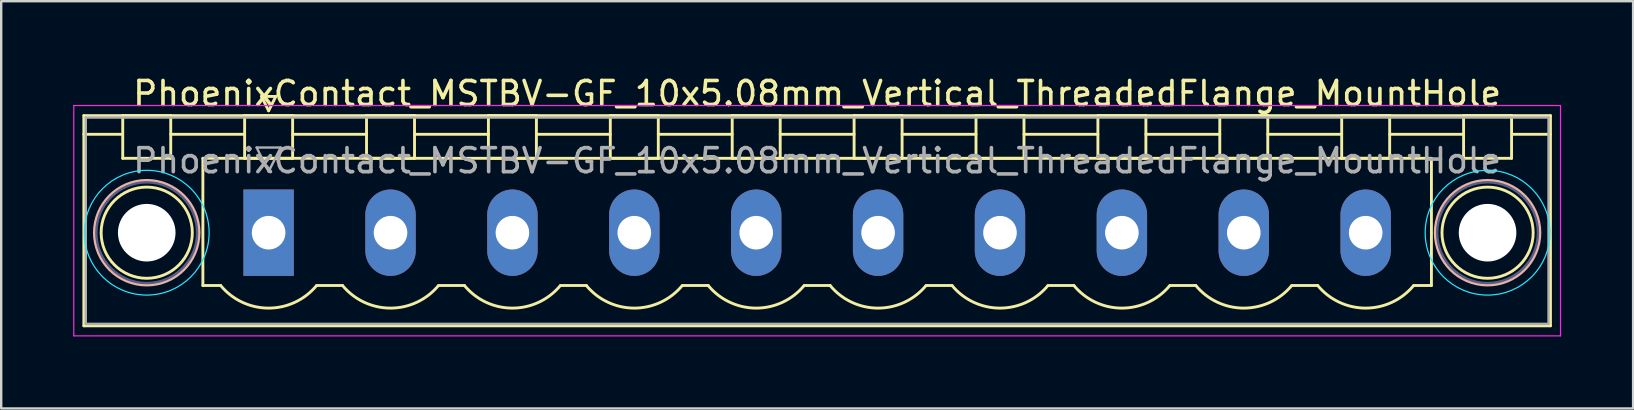
<source format=kicad_pcb>
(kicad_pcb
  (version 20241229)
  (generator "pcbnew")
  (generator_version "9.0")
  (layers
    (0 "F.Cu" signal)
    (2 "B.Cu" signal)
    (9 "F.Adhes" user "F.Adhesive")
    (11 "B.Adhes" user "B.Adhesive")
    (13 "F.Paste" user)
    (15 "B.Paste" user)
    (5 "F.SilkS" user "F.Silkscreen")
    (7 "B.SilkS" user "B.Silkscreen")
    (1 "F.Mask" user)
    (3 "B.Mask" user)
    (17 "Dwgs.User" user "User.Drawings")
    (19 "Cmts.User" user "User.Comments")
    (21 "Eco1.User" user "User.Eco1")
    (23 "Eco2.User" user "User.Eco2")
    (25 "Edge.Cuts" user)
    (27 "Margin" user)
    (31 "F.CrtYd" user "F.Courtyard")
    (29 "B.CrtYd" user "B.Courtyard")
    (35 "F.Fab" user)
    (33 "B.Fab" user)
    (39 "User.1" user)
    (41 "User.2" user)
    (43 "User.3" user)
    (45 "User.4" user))
  (footprint "PhoenixContact_MSTBV-GF_10x5.08mm_Vertical_ThreadedFlange_MountHole"
    (layer "F.Cu")
    (at 8.145 6.648)
    (property "Reference" "PhoenixContact_MSTBV-GF_10x5.08mm_Vertical_ThreadedFlange_MountHole" (at 22.86 -5.8 0) (layer "F.SilkS") (effects (font (size 1 1) (thickness 0.15))))
    (attr through_hole)
    (fp_line (start -7.7 -4.88) (end -7.7 3.88) (stroke (width 0.12) (type solid)) (layer "F.SilkS"))
    (fp_line (start -7.7 -4.1) (end -6.16 -4.1) (stroke (width 0.12) (type solid)) (layer "F.SilkS"))
    (fp_line (start -7.7 3.88) (end 53.42 3.88) (stroke (width 0.12) (type solid)) (layer "F.SilkS"))
    (fp_line (start -6.08 -4.88) (end -4.08 -4.88) (stroke (width 0.12) (type solid)) (layer "F.SilkS"))
    (fp_line (start -6.08 -3.1) (end -6.08 -4.88) (stroke (width 0.12) (type solid)) (layer "F.SilkS"))
    (fp_line (start -4.08 -4.88) (end -4.08 -3.1) (stroke (width 0.12) (type solid)) (layer "F.SilkS"))
    (fp_line (start -4.08 -4.1) (end -1 -4.1) (stroke (width 0.12) (type solid)) (layer "F.SilkS"))
    (fp_line (start -4.08 -3.1) (end -6.08 -3.1) (stroke (width 0.12) (type solid)) (layer "F.SilkS"))
    (fp_line (start -2.74 -3.1) (end 48.46 -3.1) (stroke (width 0.12) (type solid)) (layer "F.SilkS"))
    (fp_line (start -2.74 2.2) (end -2.74 -3.1) (stroke (width 0.12) (type solid)) (layer "F.SilkS"))
    (fp_line (start -2 2.2) (end -2.74 2.2) (stroke (width 0.12) (type solid)) (layer "F.SilkS"))
    (fp_line (start -1 -4.88) (end 1 -4.88) (stroke (width 0.12) (type solid)) (layer "F.SilkS"))
    (fp_line (start -1 -3.1) (end -1 -4.88) (stroke (width 0.12) (type solid)) (layer "F.SilkS"))
    (fp_line (start -0.3 -5.68) (end 0.3 -5.68) (stroke (width 0.12) (type solid)) (layer "F.SilkS"))
    (fp_line (start 0 -5.08) (end -0.3 -5.68) (stroke (width 0.12) (type solid)) (layer "F.SilkS"))
    (fp_line (start 0.3 -5.68) (end 0 -5.08) (stroke (width 0.12) (type solid)) (layer "F.SilkS"))
    (fp_line (start 1 -4.88) (end 1 -3.1) (stroke (width 0.12) (type solid)) (layer "F.SilkS"))
    (fp_line (start 1 -4.1) (end 4.08 -4.1) (stroke (width 0.12) (type solid)) (layer "F.SilkS"))
    (fp_line (start 1 -3.1) (end -1 -3.1) (stroke (width 0.12) (type solid)) (layer "F.SilkS"))
    (fp_line (start 2 2.2) (end 3.08 2.2) (stroke (width 0.12) (type solid)) (layer "F.SilkS"))
    (fp_line (start 4.08 -4.88) (end 6.08 -4.88) (stroke (width 0.12) (type solid)) (layer "F.SilkS"))
    (fp_line (start 4.08 -3.1) (end 4.08 -4.88) (stroke (width 0.12) (type solid)) (layer "F.SilkS"))
    (fp_line (start 6.08 -4.88) (end 6.08 -3.1) (stroke (width 0.12) (type solid)) (layer "F.SilkS"))
    (fp_line (start 6.08 -4.1) (end 9.16 -4.1) (stroke (width 0.12) (type solid)) (layer "F.SilkS"))
    (fp_line (start 6.08 -3.1) (end 4.08 -3.1) (stroke (width 0.12) (type solid)) (layer "F.SilkS"))
    (fp_line (start 7.08 2.2) (end 8.16 2.2) (stroke (width 0.12) (type solid)) (layer "F.SilkS"))
    (fp_line (start 9.16 -4.88) (end 11.16 -4.88) (stroke (width 0.12) (type solid)) (layer "F.SilkS"))
    (fp_line (start 9.16 -3.1) (end 9.16 -4.88) (stroke (width 0.12) (type solid)) (layer "F.SilkS"))
    (fp_line (start 11.16 -4.88) (end 11.16 -3.1) (stroke (width 0.12) (type solid)) (layer "F.SilkS"))
    (fp_line (start 11.16 -4.1) (end 14.24 -4.1) (stroke (width 0.12) (type solid)) (layer "F.SilkS"))
    (fp_line (start 11.16 -3.1) (end 9.16 -3.1) (stroke (width 0.12) (type solid)) (layer "F.SilkS"))
    (fp_line (start 12.16 2.2) (end 13.24 2.2) (stroke (width 0.12) (type solid)) (layer "F.SilkS"))
    (fp_line (start 14.24 -4.88) (end 16.24 -4.88) (stroke (width 0.12) (type solid)) (layer "F.SilkS"))
    (fp_line (start 14.24 -3.1) (end 14.24 -4.88) (stroke (width 0.12) (type solid)) (layer "F.SilkS"))
    (fp_line (start 16.24 -4.88) (end 16.24 -3.1) (stroke (width 0.12) (type solid)) (layer "F.SilkS"))
    (fp_line (start 16.24 -4.1) (end 19.32 -4.1) (stroke (width 0.12) (type solid)) (layer "F.SilkS"))
    (fp_line (start 16.24 -3.1) (end 14.24 -3.1) (stroke (width 0.12) (type solid)) (layer "F.SilkS"))
    (fp_line (start 17.24 2.2) (end 18.32 2.2) (stroke (width 0.12) (type solid)) (layer "F.SilkS"))
    (fp_line (start 19.32 -4.88) (end 21.32 -4.88) (stroke (width 0.12) (type solid)) (layer "F.SilkS"))
    (fp_line (start 19.32 -3.1) (end 19.32 -4.88) (stroke (width 0.12) (type solid)) (layer "F.SilkS"))
    (fp_line (start 21.32 -4.88) (end 21.32 -3.1) (stroke (width 0.12) (type solid)) (layer "F.SilkS"))
    (fp_line (start 21.32 -4.1) (end 24.4 -4.1) (stroke (width 0.12) (type solid)) (layer "F.SilkS"))
    (fp_line (start 21.32 -3.1) (end 19.32 -3.1) (stroke (width 0.12) (type solid)) (layer "F.SilkS"))
    (fp_line (start 22.32 2.2) (end 23.4 2.2) (stroke (width 0.12) (type solid)) (layer "F.SilkS"))
    (fp_line (start 24.4 -4.88) (end 26.4 -4.88) (stroke (width 0.12) (type solid)) (layer "F.SilkS"))
    (fp_line (start 24.4 -3.1) (end 24.4 -4.88) (stroke (width 0.12) (type solid)) (layer "F.SilkS"))
    (fp_line (start 26.4 -4.88) (end 26.4 -3.1) (stroke (width 0.12) (type solid)) (layer "F.SilkS"))
    (fp_line (start 26.4 -4.1) (end 29.48 -4.1) (stroke (width 0.12) (type solid)) (layer "F.SilkS"))
    (fp_line (start 26.4 -3.1) (end 24.4 -3.1) (stroke (width 0.12) (type solid)) (layer "F.SilkS"))
    (fp_line (start 27.4 2.2) (end 28.48 2.2) (stroke (width 0.12) (type solid)) (layer "F.SilkS"))
    (fp_line (start 29.48 -4.88) (end 31.48 -4.88) (stroke (width 0.12) (type solid)) (layer "F.SilkS"))
    (fp_line (start 29.48 -3.1) (end 29.48 -4.88) (stroke (width 0.12) (type solid)) (layer "F.SilkS"))
    (fp_line (start 31.48 -4.88) (end 31.48 -3.1) (stroke (width 0.12) (type solid)) (layer "F.SilkS"))
    (fp_line (start 31.48 -4.1) (end 34.56 -4.1) (stroke (width 0.12) (type solid)) (layer "F.SilkS"))
    (fp_line (start 31.48 -3.1) (end 29.48 -3.1) (stroke (width 0.12) (type solid)) (layer "F.SilkS"))
    (fp_line (start 32.48 2.2) (end 33.56 2.2) (stroke (width 0.12) (type solid)) (layer "F.SilkS"))
    (fp_line (start 34.56 -4.88) (end 36.56 -4.88) (stroke (width 0.12) (type solid)) (layer "F.SilkS"))
    (fp_line (start 34.56 -3.1) (end 34.56 -4.88) (stroke (width 0.12) (type solid)) (layer "F.SilkS"))
    (fp_line (start 36.56 -4.88) (end 36.56 -3.1) (stroke (width 0.12) (type solid)) (layer "F.SilkS"))
    (fp_line (start 36.56 -4.1) (end 39.64 -4.1) (stroke (width 0.12) (type solid)) (layer "F.SilkS"))
    (fp_line (start 36.56 -3.1) (end 34.56 -3.1) (stroke (width 0.12) (type solid)) (layer "F.SilkS"))
    (fp_line (start 37.56 2.2) (end 38.64 2.2) (stroke (width 0.12) (type solid)) (layer "F.SilkS"))
    (fp_line (start 39.64 -4.88) (end 41.64 -4.88) (stroke (width 0.12) (type solid)) (layer "F.SilkS"))
    (fp_line (start 39.64 -3.1) (end 39.64 -4.88) (stroke (width 0.12) (type solid)) (layer "F.SilkS"))
    (fp_line (start 41.64 -4.88) (end 41.64 -3.1) (stroke (width 0.12) (type solid)) (layer "F.SilkS"))
    (fp_line (start 41.64 -4.1) (end 44.72 -4.1) (stroke (width 0.12) (type solid)) (layer "F.SilkS"))
    (fp_line (start 41.64 -3.1) (end 39.64 -3.1) (stroke (width 0.12) (type solid)) (layer "F.SilkS"))
    (fp_line (start 42.64 2.2) (end 43.72 2.2) (stroke (width 0.12) (type solid)) (layer "F.SilkS"))
    (fp_line (start 44.72 -4.88) (end 46.72 -4.88) (stroke (width 0.12) (type solid)) (layer "F.SilkS"))
    (fp_line (start 44.72 -3.1) (end 44.72 -4.88) (stroke (width 0.12) (type solid)) (layer "F.SilkS"))
    (fp_line (start 46.72 -4.88) (end 46.72 -3.1) (stroke (width 0.12) (type solid)) (layer "F.SilkS"))
    (fp_line (start 46.72 -4.1) (end 49.8 -4.1) (stroke (width 0.12) (type solid)) (layer "F.SilkS"))
    (fp_line (start 46.72 -3.1) (end 44.72 -3.1) (stroke (width 0.12) (type solid)) (layer "F.SilkS"))
    (fp_line (start 48.46 -3.1) (end 48.46 2.2) (stroke (width 0.12) (type solid)) (layer "F.SilkS"))
    (fp_line (start 48.46 2.2) (end 47.72 2.2) (stroke (width 0.12) (type solid)) (layer "F.SilkS"))
    (fp_line (start 49.8 -4.88) (end 51.8 -4.88) (stroke (width 0.12) (type solid)) (layer "F.SilkS"))
    (fp_line (start 49.8 -3.1) (end 49.8 -4.88) (stroke (width 0.12) (type solid)) (layer "F.SilkS"))
    (fp_line (start 51.8 -4.88) (end 51.8 -3.1) (stroke (width 0.12) (type solid)) (layer "F.SilkS"))
    (fp_line (start 51.8 -3.1) (end 49.8 -3.1) (stroke (width 0.12) (type solid)) (layer "F.SilkS"))
    (fp_line (start 53.42 -4.88) (end -7.7 -4.88) (stroke (width 0.12) (type solid)) (layer "F.SilkS"))
    (fp_line (start 53.42 -4.1) (end 51.88 -4.1) (stroke (width 0.12) (type solid)) (layer "F.SilkS"))
    (fp_line (start 53.42 3.88) (end 53.42 -4.88) (stroke (width 0.12) (type solid)) (layer "F.SilkS"))
    (fp_arc (start 1.986842 2.215821) (mid -0.010289 3.142758) (end -2 2.2) (stroke (width 0.12) (type solid)) (layer "F.SilkS"))
    (fp_arc (start 7.066842 2.215821) (mid 5.069711 3.142758) (end 3.08 2.2) (stroke (width 0.12) (type solid)) (layer "F.SilkS"))
    (fp_arc (start 12.146842 2.215821) (mid 10.149711 3.142758) (end 8.16 2.2) (stroke (width 0.12) (type solid)) (layer "F.SilkS"))
    (fp_arc (start 17.226842 2.215821) (mid 15.229711 3.142758) (end 13.24 2.2) (stroke (width 0.12) (type solid)) (layer "F.SilkS"))
    (fp_arc (start 22.306842 2.215821) (mid 20.309711 3.142758) (end 18.32 2.2) (stroke (width 0.12) (type solid)) (layer "F.SilkS"))
    (fp_arc (start 27.386842 2.215821) (mid 25.389711 3.142758) (end 23.4 2.2) (stroke (width 0.12) (type solid)) (layer "F.SilkS"))
    (fp_arc (start 32.466842 2.215821) (mid 30.469711 3.142758) (end 28.48 2.2) (stroke (width 0.12) (type solid)) (layer "F.SilkS"))
    (fp_arc (start 37.546842 2.215821) (mid 35.549711 3.142758) (end 33.56 2.2) (stroke (width 0.12) (type solid)) (layer "F.SilkS"))
    (fp_arc (start 42.626842 2.215821) (mid 40.629711 3.142758) (end 38.64 2.2) (stroke (width 0.12) (type solid)) (layer "F.SilkS"))
    (fp_arc (start 47.706842 2.215821) (mid 45.709711 3.142758) (end 43.72 2.2) (stroke (width 0.12) (type solid)) (layer "F.SilkS"))
    (fp_circle (center -5.08 0) (end -3.18 0) (stroke (width 0.12) (type solid)) (fill no) (layer "F.SilkS"))
    (fp_circle (center 50.8 0) (end 52.7 0) (stroke (width 0.12) (type solid)) (fill no) (layer "F.SilkS"))
    (fp_circle (center -5.08 0) (end -2.9 0) (stroke (width 0.12) (type solid)) (fill no) (layer "B.SilkS"))
    (fp_circle (center 50.8 0) (end 52.98 0) (stroke (width 0.12) (type solid)) (fill no) (layer "B.SilkS"))
    (fp_circle (center -5.08 0) (end -2.48 0) (stroke (width 0.05) (type solid)) (fill no) (layer "B.CrtYd"))
    (fp_circle (center 50.8 0) (end 53.4 0) (stroke (width 0.05) (type solid)) (fill no) (layer "B.CrtYd"))
    (fp_line (start -8.12 -5.3) (end -8.12 4.3) (stroke (width 0.05) (type solid)) (layer "F.CrtYd"))
    (fp_line (start -8.12 4.3) (end 53.84 4.3) (stroke (width 0.05) (type solid)) (layer "F.CrtYd"))
    (fp_line (start 53.84 -5.3) (end -8.12 -5.3) (stroke (width 0.05) (type solid)) (layer "F.CrtYd"))
    (fp_line (start 53.84 4.3) (end 53.84 -5.3) (stroke (width 0.05) (type solid)) (layer "F.CrtYd"))
    (fp_circle (center -5.08 0) (end -2.98 0) (stroke (width 0.1) (type solid)) (fill no) (layer "B.Fab"))
    (fp_circle (center 50.8 0) (end 52.9 0) (stroke (width 0.1) (type solid)) (fill no) (layer "B.Fab"))
    (fp_line (start -7.62 -4.8) (end -7.62 3.8) (stroke (width 0.1) (type solid)) (layer "F.Fab"))
    (fp_line (start -7.62 3.8) (end 53.34 3.8) (stroke (width 0.1) (type solid)) (layer "F.Fab"))
    (fp_line (start -0.5 -3.55) (end 0.5 -3.55) (stroke (width 0.1) (type solid)) (layer "F.Fab"))
    (fp_line (start 0 -2.55) (end -0.5 -3.55) (stroke (width 0.1) (type solid)) (layer "F.Fab"))
    (fp_line (start 0.5 -3.55) (end 0 -2.55) (stroke (width 0.1) (type solid)) (layer "F.Fab"))
    (fp_line (start 53.34 -4.8) (end -7.62 -4.8) (stroke (width 0.1) (type solid)) (layer "F.Fab"))
    (fp_line (start 53.34 3.8) (end 53.34 -4.8) (stroke (width 0.1) (type solid)) (layer "F.Fab"))
    (fp_text user "${REFERENCE}" (at 22.86 -3 0) (layer "F.Fab") (effects (font (size 1 1) (thickness 0.15))))
    (pad "" np_thru_hole circle (at -5.08 0) (size 2.4 2.4) (drill 2.4) (layers "*.Cu" "*.Mask"))
    (pad "" np_thru_hole circle (at 50.8 0) (size 2.4 2.4) (drill 2.4) (layers "*.Cu" "*.Mask"))
    (pad "1" thru_hole rect (at 0 0) (size 2.1 3.6) (drill 1.4) (layers "*.Cu" "*.Mask"))
    (pad "2" thru_hole oval (at 5.08 0) (size 2.1 3.6) (drill 1.4) (layers "*.Cu" "*.Mask"))
    (pad "3" thru_hole oval (at 10.16 0) (size 2.1 3.6) (drill 1.4) (layers "*.Cu" "*.Mask"))
    (pad "4" thru_hole oval (at 15.24 0) (size 2.1 3.6) (drill 1.4) (layers "*.Cu" "*.Mask"))
    (pad "5" thru_hole oval (at 20.32 0) (size 2.1 3.6) (drill 1.4) (layers "*.Cu" "*.Mask"))
    (pad "6" thru_hole oval (at 25.4 0) (size 2.1 3.6) (drill 1.4) (layers "*.Cu" "*.Mask"))
    (pad "7" thru_hole oval (at 30.48 0) (size 2.1 3.6) (drill 1.4) (layers "*.Cu" "*.Mask"))
    (pad "8" thru_hole oval (at 35.56 0) (size 2.1 3.6) (drill 1.4) (layers "*.Cu" "*.Mask"))
    (pad "9" thru_hole oval (at 40.64 0) (size 2.1 3.6) (drill 1.4) (layers "*.Cu" "*.Mask"))
    (pad "10" thru_hole oval (at 45.72 0) (size 2.1 3.6) (drill 1.4) (layers "*.Cu" "*.Mask")))
  (gr_rect
    (start -3 -3)
    (end 65.01 13.973)
    (stroke (width 0.1) (type default))
    (fill no)
    (layer "Edge.Cuts")))
</source>
